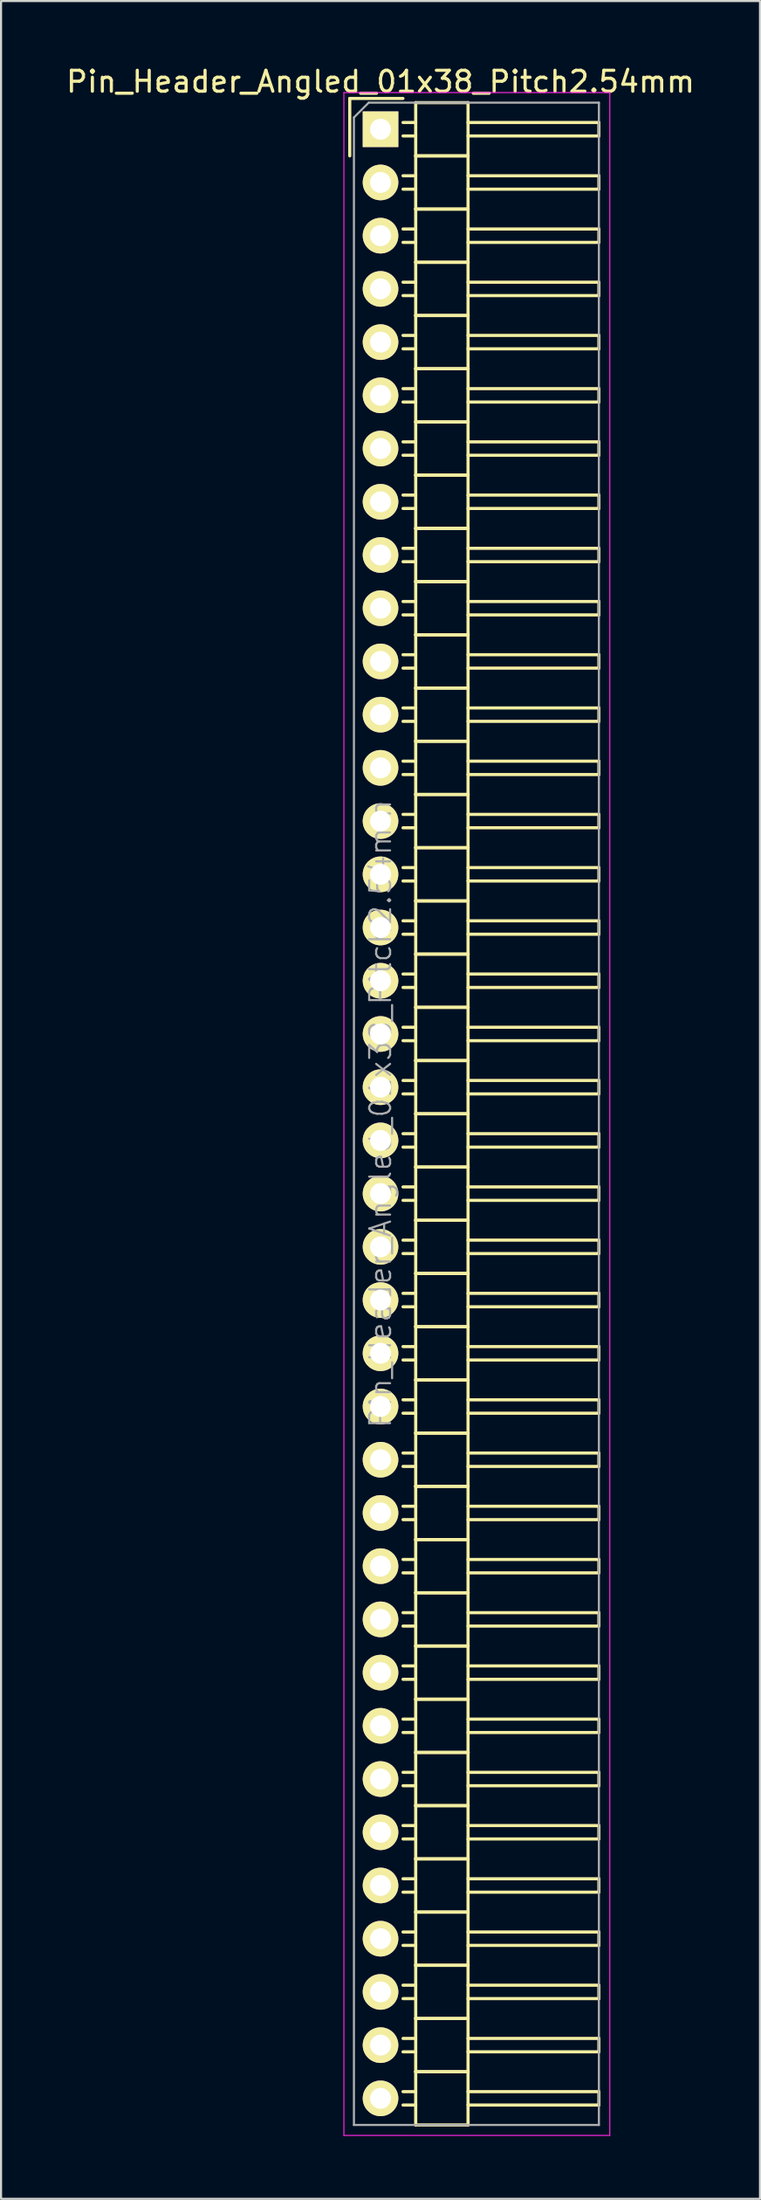
<source format=kicad_pcb>
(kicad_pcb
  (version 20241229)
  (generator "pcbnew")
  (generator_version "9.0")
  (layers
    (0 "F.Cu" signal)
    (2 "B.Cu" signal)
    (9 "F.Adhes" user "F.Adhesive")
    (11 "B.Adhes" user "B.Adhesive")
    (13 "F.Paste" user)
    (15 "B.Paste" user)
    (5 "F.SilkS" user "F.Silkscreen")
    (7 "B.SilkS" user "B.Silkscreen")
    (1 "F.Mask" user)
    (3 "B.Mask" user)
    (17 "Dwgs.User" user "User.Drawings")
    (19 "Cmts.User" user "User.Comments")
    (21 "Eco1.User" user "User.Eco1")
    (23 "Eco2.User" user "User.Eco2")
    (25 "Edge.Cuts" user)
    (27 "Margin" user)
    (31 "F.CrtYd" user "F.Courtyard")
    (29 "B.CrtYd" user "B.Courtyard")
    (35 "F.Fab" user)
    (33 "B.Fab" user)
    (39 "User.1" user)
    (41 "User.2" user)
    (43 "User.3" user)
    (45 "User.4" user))
  (footprint "Pin_Header_Angled_01x38_Pitch2.54mm"
    (layer "F.Cu")
    (at 15.125 3.118)
    (property "Reference" "Pin_Header_Angled_01x38_Pitch2.54mm" (at 0 -2.27 0) (layer "F.SilkS") (effects (font (size 1 1) (thickness 0.15))))
    (attr smd)
    (fp_line (start -1.47 -1.47) (end -1.47 1.27) (stroke (width 0.15) (type solid)) (layer "F.SilkS"))
    (fp_line (start -1.47 -1.47) (end 1.07 -1.47) (stroke (width 0.15) (type solid)) (layer "F.SilkS"))
    (fp_line (start 1.68 -0.32) (end 1.075 -0.32) (stroke (width 0.15) (type solid)) (layer "F.SilkS"))
    (fp_line (start 1.68 0.32) (end 1.075 0.32) (stroke (width 0.15) (type solid)) (layer "F.SilkS"))
    (fp_line (start 1.68 1.27) (end 1.68 -1.27) (stroke (width 0.15) (type solid)) (layer "F.SilkS"))
    (fp_line (start 1.68 2.22) (end 1.075 2.22) (stroke (width 0.15) (type solid)) (layer "F.SilkS"))
    (fp_line (start 1.68 2.86) (end 1.075 2.86) (stroke (width 0.15) (type solid)) (layer "F.SilkS"))
    (fp_line (start 1.68 3.81) (end 1.68 1.27) (stroke (width 0.15) (type solid)) (layer "F.SilkS"))
    (fp_line (start 1.68 4.76) (end 1.075 4.76) (stroke (width 0.15) (type solid)) (layer "F.SilkS"))
    (fp_line (start 1.68 5.4) (end 1.075 5.4) (stroke (width 0.15) (type solid)) (layer "F.SilkS"))
    (fp_line (start 1.68 6.35) (end 1.68 3.81) (stroke (width 0.15) (type solid)) (layer "F.SilkS"))
    (fp_line (start 1.68 7.3) (end 1.075 7.3) (stroke (width 0.15) (type solid)) (layer "F.SilkS"))
    (fp_line (start 1.68 7.94) (end 1.075 7.94) (stroke (width 0.15) (type solid)) (layer "F.SilkS"))
    (fp_line (start 1.68 8.89) (end 1.68 6.35) (stroke (width 0.15) (type solid)) (layer "F.SilkS"))
    (fp_line (start 1.68 9.84) (end 1.075 9.84) (stroke (width 0.15) (type solid)) (layer "F.SilkS"))
    (fp_line (start 1.68 10.48) (end 1.075 10.48) (stroke (width 0.15) (type solid)) (layer "F.SilkS"))
    (fp_line (start 1.68 11.43) (end 1.68 8.89) (stroke (width 0.15) (type solid)) (layer "F.SilkS"))
    (fp_line (start 1.68 12.38) (end 1.075 12.38) (stroke (width 0.15) (type solid)) (layer "F.SilkS"))
    (fp_line (start 1.68 13.02) (end 1.075 13.02) (stroke (width 0.15) (type solid)) (layer "F.SilkS"))
    (fp_line (start 1.68 13.97) (end 1.68 11.43) (stroke (width 0.15) (type solid)) (layer "F.SilkS"))
    (fp_line (start 1.68 14.92) (end 1.075 14.92) (stroke (width 0.15) (type solid)) (layer "F.SilkS"))
    (fp_line (start 1.68 15.56) (end 1.075 15.56) (stroke (width 0.15) (type solid)) (layer "F.SilkS"))
    (fp_line (start 1.68 16.51) (end 1.68 13.97) (stroke (width 0.15) (type solid)) (layer "F.SilkS"))
    (fp_line (start 1.68 17.46) (end 1.075 17.46) (stroke (width 0.15) (type solid)) (layer "F.SilkS"))
    (fp_line (start 1.68 18.1) (end 1.075 18.1) (stroke (width 0.15) (type solid)) (layer "F.SilkS"))
    (fp_line (start 1.68 19.05) (end 1.68 16.51) (stroke (width 0.15) (type solid)) (layer "F.SilkS"))
    (fp_line (start 1.68 20) (end 1.075 20) (stroke (width 0.15) (type solid)) (layer "F.SilkS"))
    (fp_line (start 1.68 20.64) (end 1.075 20.64) (stroke (width 0.15) (type solid)) (layer "F.SilkS"))
    (fp_line (start 1.68 21.59) (end 1.68 19.05) (stroke (width 0.15) (type solid)) (layer "F.SilkS"))
    (fp_line (start 1.68 22.54) (end 1.075 22.54) (stroke (width 0.15) (type solid)) (layer "F.SilkS"))
    (fp_line (start 1.68 23.18) (end 1.075 23.18) (stroke (width 0.15) (type solid)) (layer "F.SilkS"))
    (fp_line (start 1.68 24.13) (end 1.68 21.59) (stroke (width 0.15) (type solid)) (layer "F.SilkS"))
    (fp_line (start 1.68 25.08) (end 1.075 25.08) (stroke (width 0.15) (type solid)) (layer "F.SilkS"))
    (fp_line (start 1.68 25.72) (end 1.075 25.72) (stroke (width 0.15) (type solid)) (layer "F.SilkS"))
    (fp_line (start 1.68 26.67) (end 1.68 24.13) (stroke (width 0.15) (type solid)) (layer "F.SilkS"))
    (fp_line (start 1.68 27.62) (end 1.075 27.62) (stroke (width 0.15) (type solid)) (layer "F.SilkS"))
    (fp_line (start 1.68 28.26) (end 1.075 28.26) (stroke (width 0.15) (type solid)) (layer "F.SilkS"))
    (fp_line (start 1.68 29.21) (end 1.68 26.67) (stroke (width 0.15) (type solid)) (layer "F.SilkS"))
    (fp_line (start 1.68 30.16) (end 1.075 30.16) (stroke (width 0.15) (type solid)) (layer "F.SilkS"))
    (fp_line (start 1.68 30.8) (end 1.075 30.8) (stroke (width 0.15) (type solid)) (layer "F.SilkS"))
    (fp_line (start 1.68 31.75) (end 1.68 29.21) (stroke (width 0.15) (type solid)) (layer "F.SilkS"))
    (fp_line (start 1.68 32.7) (end 1.075 32.7) (stroke (width 0.15) (type solid)) (layer "F.SilkS"))
    (fp_line (start 1.68 33.34) (end 1.075 33.34) (stroke (width 0.15) (type solid)) (layer "F.SilkS"))
    (fp_line (start 1.68 34.29) (end 1.68 31.75) (stroke (width 0.15) (type solid)) (layer "F.SilkS"))
    (fp_line (start 1.68 35.24) (end 1.075 35.24) (stroke (width 0.15) (type solid)) (layer "F.SilkS"))
    (fp_line (start 1.68 35.88) (end 1.075 35.88) (stroke (width 0.15) (type solid)) (layer "F.SilkS"))
    (fp_line (start 1.68 36.83) (end 1.68 34.29) (stroke (width 0.15) (type solid)) (layer "F.SilkS"))
    (fp_line (start 1.68 37.78) (end 1.075 37.78) (stroke (width 0.15) (type solid)) (layer "F.SilkS"))
    (fp_line (start 1.68 38.42) (end 1.075 38.42) (stroke (width 0.15) (type solid)) (layer "F.SilkS"))
    (fp_line (start 1.68 39.37) (end 1.68 36.83) (stroke (width 0.15) (type solid)) (layer "F.SilkS"))
    (fp_line (start 1.68 40.32) (end 1.075 40.32) (stroke (width 0.15) (type solid)) (layer "F.SilkS"))
    (fp_line (start 1.68 40.96) (end 1.075 40.96) (stroke (width 0.15) (type solid)) (layer "F.SilkS"))
    (fp_line (start 1.68 41.91) (end 1.68 39.37) (stroke (width 0.15) (type solid)) (layer "F.SilkS"))
    (fp_line (start 1.68 42.86) (end 1.075 42.86) (stroke (width 0.15) (type solid)) (layer "F.SilkS"))
    (fp_line (start 1.68 43.5) (end 1.075 43.5) (stroke (width 0.15) (type solid)) (layer "F.SilkS"))
    (fp_line (start 1.68 44.45) (end 1.68 41.91) (stroke (width 0.15) (type solid)) (layer "F.SilkS"))
    (fp_line (start 1.68 45.4) (end 1.075 45.4) (stroke (width 0.15) (type solid)) (layer "F.SilkS"))
    (fp_line (start 1.68 46.04) (end 1.075 46.04) (stroke (width 0.15) (type solid)) (layer "F.SilkS"))
    (fp_line (start 1.68 46.99) (end 1.68 44.45) (stroke (width 0.15) (type solid)) (layer "F.SilkS"))
    (fp_line (start 1.68 47.94) (end 1.075 47.94) (stroke (width 0.15) (type solid)) (layer "F.SilkS"))
    (fp_line (start 1.68 48.58) (end 1.075 48.58) (stroke (width 0.15) (type solid)) (layer "F.SilkS"))
    (fp_line (start 1.68 49.53) (end 1.68 46.99) (stroke (width 0.15) (type solid)) (layer "F.SilkS"))
    (fp_line (start 1.68 50.48) (end 1.075 50.48) (stroke (width 0.15) (type solid)) (layer "F.SilkS"))
    (fp_line (start 1.68 51.12) (end 1.075 51.12) (stroke (width 0.15) (type solid)) (layer "F.SilkS"))
    (fp_line (start 1.68 52.07) (end 1.68 49.53) (stroke (width 0.15) (type solid)) (layer "F.SilkS"))
    (fp_line (start 1.68 53.02) (end 1.075 53.02) (stroke (width 0.15) (type solid)) (layer "F.SilkS"))
    (fp_line (start 1.68 53.66) (end 1.075 53.66) (stroke (width 0.15) (type solid)) (layer "F.SilkS"))
    (fp_line (start 1.68 54.61) (end 1.68 52.07) (stroke (width 0.15) (type solid)) (layer "F.SilkS"))
    (fp_line (start 1.68 55.56) (end 1.075 55.56) (stroke (width 0.15) (type solid)) (layer "F.SilkS"))
    (fp_line (start 1.68 56.2) (end 1.075 56.2) (stroke (width 0.15) (type solid)) (layer "F.SilkS"))
    (fp_line (start 1.68 57.15) (end 1.68 54.61) (stroke (width 0.15) (type solid)) (layer "F.SilkS"))
    (fp_line (start 1.68 58.1) (end 1.075 58.1) (stroke (width 0.15) (type solid)) (layer "F.SilkS"))
    (fp_line (start 1.68 58.74) (end 1.075 58.74) (stroke (width 0.15) (type solid)) (layer "F.SilkS"))
    (fp_line (start 1.68 59.69) (end 1.68 57.15) (stroke (width 0.15) (type solid)) (layer "F.SilkS"))
    (fp_line (start 1.68 60.64) (end 1.075 60.64) (stroke (width 0.15) (type solid)) (layer "F.SilkS"))
    (fp_line (start 1.68 61.28) (end 1.075 61.28) (stroke (width 0.15) (type solid)) (layer "F.SilkS"))
    (fp_line (start 1.68 62.23) (end 1.68 59.69) (stroke (width 0.15) (type solid)) (layer "F.SilkS"))
    (fp_line (start 1.68 63.18) (end 1.075 63.18) (stroke (width 0.15) (type solid)) (layer "F.SilkS"))
    (fp_line (start 1.68 63.82) (end 1.075 63.82) (stroke (width 0.15) (type solid)) (layer "F.SilkS"))
    (fp_line (start 1.68 64.77) (end 1.68 62.23) (stroke (width 0.15) (type solid)) (layer "F.SilkS"))
    (fp_line (start 1.68 65.72) (end 1.075 65.72) (stroke (width 0.15) (type solid)) (layer "F.SilkS"))
    (fp_line (start 1.68 66.36) (end 1.075 66.36) (stroke (width 0.15) (type solid)) (layer "F.SilkS"))
    (fp_line (start 1.68 67.31) (end 1.68 64.77) (stroke (width 0.15) (type solid)) (layer "F.SilkS"))
    (fp_line (start 1.68 68.26) (end 1.075 68.26) (stroke (width 0.15) (type solid)) (layer "F.SilkS"))
    (fp_line (start 1.68 68.9) (end 1.075 68.9) (stroke (width 0.15) (type solid)) (layer "F.SilkS"))
    (fp_line (start 1.68 69.85) (end 1.68 67.31) (stroke (width 0.15) (type solid)) (layer "F.SilkS"))
    (fp_line (start 1.68 70.8) (end 1.075 70.8) (stroke (width 0.15) (type solid)) (layer "F.SilkS"))
    (fp_line (start 1.68 71.44) (end 1.075 71.44) (stroke (width 0.15) (type solid)) (layer "F.SilkS"))
    (fp_line (start 1.68 72.39) (end 1.68 69.85) (stroke (width 0.15) (type solid)) (layer "F.SilkS"))
    (fp_line (start 1.68 73.34) (end 1.075 73.34) (stroke (width 0.15) (type solid)) (layer "F.SilkS"))
    (fp_line (start 1.68 73.98) (end 1.075 73.98) (stroke (width 0.15) (type solid)) (layer "F.SilkS"))
    (fp_line (start 1.68 74.93) (end 1.68 72.39) (stroke (width 0.15) (type solid)) (layer "F.SilkS"))
    (fp_line (start 1.68 75.88) (end 1.075 75.88) (stroke (width 0.15) (type solid)) (layer "F.SilkS"))
    (fp_line (start 1.68 76.52) (end 1.075 76.52) (stroke (width 0.15) (type solid)) (layer "F.SilkS"))
    (fp_line (start 1.68 77.47) (end 1.68 74.93) (stroke (width 0.15) (type solid)) (layer "F.SilkS"))
    (fp_line (start 1.68 78.42) (end 1.075 78.42) (stroke (width 0.15) (type solid)) (layer "F.SilkS"))
    (fp_line (start 1.68 79.06) (end 1.075 79.06) (stroke (width 0.15) (type solid)) (layer "F.SilkS"))
    (fp_line (start 1.68 80.01) (end 1.68 77.47) (stroke (width 0.15) (type solid)) (layer "F.SilkS"))
    (fp_line (start 1.68 80.96) (end 1.075 80.96) (stroke (width 0.15) (type solid)) (layer "F.SilkS"))
    (fp_line (start 1.68 81.6) (end 1.075 81.6) (stroke (width 0.15) (type solid)) (layer "F.SilkS"))
    (fp_line (start 1.68 82.55) (end 1.68 80.01) (stroke (width 0.15) (type solid)) (layer "F.SilkS"))
    (fp_line (start 1.68 83.5) (end 1.075 83.5) (stroke (width 0.15) (type solid)) (layer "F.SilkS"))
    (fp_line (start 1.68 84.14) (end 1.075 84.14) (stroke (width 0.15) (type solid)) (layer "F.SilkS"))
    (fp_line (start 1.68 85.09) (end 1.68 82.55) (stroke (width 0.15) (type solid)) (layer "F.SilkS"))
    (fp_line (start 1.68 86.04) (end 1.075 86.04) (stroke (width 0.15) (type solid)) (layer "F.SilkS"))
    (fp_line (start 1.68 86.68) (end 1.075 86.68) (stroke (width 0.15) (type solid)) (layer "F.SilkS"))
    (fp_line (start 1.68 87.63) (end 1.68 85.09) (stroke (width 0.15) (type solid)) (layer "F.SilkS"))
    (fp_line (start 1.68 88.58) (end 1.075 88.58) (stroke (width 0.15) (type solid)) (layer "F.SilkS"))
    (fp_line (start 1.68 89.22) (end 1.075 89.22) (stroke (width 0.15) (type solid)) (layer "F.SilkS"))
    (fp_line (start 1.68 90.17) (end 1.68 87.63) (stroke (width 0.15) (type solid)) (layer "F.SilkS"))
    (fp_line (start 1.68 91.12) (end 1.075 91.12) (stroke (width 0.15) (type solid)) (layer "F.SilkS"))
    (fp_line (start 1.68 91.76) (end 1.075 91.76) (stroke (width 0.15) (type solid)) (layer "F.SilkS"))
    (fp_line (start 1.68 92.71) (end 1.68 90.17) (stroke (width 0.15) (type solid)) (layer "F.SilkS"))
    (fp_line (start 1.68 93.66) (end 1.075 93.66) (stroke (width 0.15) (type solid)) (layer "F.SilkS"))
    (fp_line (start 1.68 94.3) (end 1.075 94.3) (stroke (width 0.15) (type solid)) (layer "F.SilkS"))
    (fp_line (start 1.68 95.25) (end 1.68 92.71) (stroke (width 0.15) (type solid)) (layer "F.SilkS"))
    (fp_line (start 4.18 -1.27) (end 1.68 -1.27) (stroke (width 0.15) (type solid)) (layer "F.SilkS"))
    (fp_line (start 4.18 -0.32) (end 10.43 -0.32) (stroke (width 0.15) (type solid)) (layer "F.SilkS"))
    (fp_line (start 4.18 0.32) (end 10.43 0.32) (stroke (width 0.15) (type solid)) (layer "F.SilkS"))
    (fp_line (start 4.18 1.27) (end 1.68 1.27) (stroke (width 0.15) (type solid)) (layer "F.SilkS"))
    (fp_line (start 4.18 1.27) (end 1.68 1.27) (stroke (width 0.15) (type solid)) (layer "F.SilkS"))
    (fp_line (start 4.18 1.27) (end 4.18 -1.27) (stroke (width 0.15) (type solid)) (layer "F.SilkS"))
    (fp_line (start 4.18 2.22) (end 10.43 2.22) (stroke (width 0.15) (type solid)) (layer "F.SilkS"))
    (fp_line (start 4.18 2.86) (end 10.43 2.86) (stroke (width 0.15) (type solid)) (layer "F.SilkS"))
    (fp_line (start 4.18 3.81) (end 1.68 3.81) (stroke (width 0.15) (type solid)) (layer "F.SilkS"))
    (fp_line (start 4.18 3.81) (end 1.68 3.81) (stroke (width 0.15) (type solid)) (layer "F.SilkS"))
    (fp_line (start 4.18 3.81) (end 4.18 1.27) (stroke (width 0.15) (type solid)) (layer "F.SilkS"))
    (fp_line (start 4.18 4.76) (end 10.43 4.76) (stroke (width 0.15) (type solid)) (layer "F.SilkS"))
    (fp_line (start 4.18 5.4) (end 10.43 5.4) (stroke (width 0.15) (type solid)) (layer "F.SilkS"))
    (fp_line (start 4.18 6.35) (end 1.68 6.35) (stroke (width 0.15) (type solid)) (layer "F.SilkS"))
    (fp_line (start 4.18 6.35) (end 1.68 6.35) (stroke (width 0.15) (type solid)) (layer "F.SilkS"))
    (fp_line (start 4.18 6.35) (end 4.18 3.81) (stroke (width 0.15) (type solid)) (layer "F.SilkS"))
    (fp_line (start 4.18 7.3) (end 10.43 7.3) (stroke (width 0.15) (type solid)) (layer "F.SilkS"))
    (fp_line (start 4.18 7.94) (end 10.43 7.94) (stroke (width 0.15) (type solid)) (layer "F.SilkS"))
    (fp_line (start 4.18 8.89) (end 1.68 8.89) (stroke (width 0.15) (type solid)) (layer "F.SilkS"))
    (fp_line (start 4.18 8.89) (end 1.68 8.89) (stroke (width 0.15) (type solid)) (layer "F.SilkS"))
    (fp_line (start 4.18 8.89) (end 4.18 6.35) (stroke (width 0.15) (type solid)) (layer "F.SilkS"))
    (fp_line (start 4.18 9.84) (end 10.43 9.84) (stroke (width 0.15) (type solid)) (layer "F.SilkS"))
    (fp_line (start 4.18 10.48) (end 10.43 10.48) (stroke (width 0.15) (type solid)) (layer "F.SilkS"))
    (fp_line (start 4.18 11.43) (end 1.68 11.43) (stroke (width 0.15) (type solid)) (layer "F.SilkS"))
    (fp_line (start 4.18 11.43) (end 1.68 11.43) (stroke (width 0.15) (type solid)) (layer "F.SilkS"))
    (fp_line (start 4.18 11.43) (end 4.18 8.89) (stroke (width 0.15) (type solid)) (layer "F.SilkS"))
    (fp_line (start 4.18 12.38) (end 10.43 12.38) (stroke (width 0.15) (type solid)) (layer "F.SilkS"))
    (fp_line (start 4.18 13.02) (end 10.43 13.02) (stroke (width 0.15) (type solid)) (layer "F.SilkS"))
    (fp_line (start 4.18 13.97) (end 1.68 13.97) (stroke (width 0.15) (type solid)) (layer "F.SilkS"))
    (fp_line (start 4.18 13.97) (end 1.68 13.97) (stroke (width 0.15) (type solid)) (layer "F.SilkS"))
    (fp_line (start 4.18 13.97) (end 4.18 11.43) (stroke (width 0.15) (type solid)) (layer "F.SilkS"))
    (fp_line (start 4.18 14.92) (end 10.43 14.92) (stroke (width 0.15) (type solid)) (layer "F.SilkS"))
    (fp_line (start 4.18 15.56) (end 10.43 15.56) (stroke (width 0.15) (type solid)) (layer "F.SilkS"))
    (fp_line (start 4.18 16.51) (end 1.68 16.51) (stroke (width 0.15) (type solid)) (layer "F.SilkS"))
    (fp_line (start 4.18 16.51) (end 1.68 16.51) (stroke (width 0.15) (type solid)) (layer "F.SilkS"))
    (fp_line (start 4.18 16.51) (end 4.18 13.97) (stroke (width 0.15) (type solid)) (layer "F.SilkS"))
    (fp_line (start 4.18 17.46) (end 10.43 17.46) (stroke (width 0.15) (type solid)) (layer "F.SilkS"))
    (fp_line (start 4.18 18.1) (end 10.43 18.1) (stroke (width 0.15) (type solid)) (layer "F.SilkS"))
    (fp_line (start 4.18 19.05) (end 1.68 19.05) (stroke (width 0.15) (type solid)) (layer "F.SilkS"))
    (fp_line (start 4.18 19.05) (end 1.68 19.05) (stroke (width 0.15) (type solid)) (layer "F.SilkS"))
    (fp_line (start 4.18 19.05) (end 4.18 16.51) (stroke (width 0.15) (type solid)) (layer "F.SilkS"))
    (fp_line (start 4.18 20) (end 10.43 20) (stroke (width 0.15) (type solid)) (layer "F.SilkS"))
    (fp_line (start 4.18 20.64) (end 10.43 20.64) (stroke (width 0.15) (type solid)) (layer "F.SilkS"))
    (fp_line (start 4.18 21.59) (end 1.68 21.59) (stroke (width 0.15) (type solid)) (layer "F.SilkS"))
    (fp_line (start 4.18 21.59) (end 1.68 21.59) (stroke (width 0.15) (type solid)) (layer "F.SilkS"))
    (fp_line (start 4.18 21.59) (end 4.18 19.05) (stroke (width 0.15) (type solid)) (layer "F.SilkS"))
    (fp_line (start 4.18 22.54) (end 10.43 22.54) (stroke (width 0.15) (type solid)) (layer "F.SilkS"))
    (fp_line (start 4.18 23.18) (end 10.43 23.18) (stroke (width 0.15) (type solid)) (layer "F.SilkS"))
    (fp_line (start 4.18 24.13) (end 1.68 24.13) (stroke (width 0.15) (type solid)) (layer "F.SilkS"))
    (fp_line (start 4.18 24.13) (end 1.68 24.13) (stroke (width 0.15) (type solid)) (layer "F.SilkS"))
    (fp_line (start 4.18 24.13) (end 4.18 21.59) (stroke (width 0.15) (type solid)) (layer "F.SilkS"))
    (fp_line (start 4.18 25.08) (end 10.43 25.08) (stroke (width 0.15) (type solid)) (layer "F.SilkS"))
    (fp_line (start 4.18 25.72) (end 10.43 25.72) (stroke (width 0.15) (type solid)) (layer "F.SilkS"))
    (fp_line (start 4.18 26.67) (end 1.68 26.67) (stroke (width 0.15) (type solid)) (layer "F.SilkS"))
    (fp_line (start 4.18 26.67) (end 1.68 26.67) (stroke (width 0.15) (type solid)) (layer "F.SilkS"))
    (fp_line (start 4.18 26.67) (end 4.18 24.13) (stroke (width 0.15) (type solid)) (layer "F.SilkS"))
    (fp_line (start 4.18 27.62) (end 10.43 27.62) (stroke (width 0.15) (type solid)) (layer "F.SilkS"))
    (fp_line (start 4.18 28.26) (end 10.43 28.26) (stroke (width 0.15) (type solid)) (layer "F.SilkS"))
    (fp_line (start 4.18 29.21) (end 1.68 29.21) (stroke (width 0.15) (type solid)) (layer "F.SilkS"))
    (fp_line (start 4.18 29.21) (end 1.68 29.21) (stroke (width 0.15) (type solid)) (layer "F.SilkS"))
    (fp_line (start 4.18 29.21) (end 4.18 26.67) (stroke (width 0.15) (type solid)) (layer "F.SilkS"))
    (fp_line (start 4.18 30.16) (end 10.43 30.16) (stroke (width 0.15) (type solid)) (layer "F.SilkS"))
    (fp_line (start 4.18 30.8) (end 10.43 30.8) (stroke (width 0.15) (type solid)) (layer "F.SilkS"))
    (fp_line (start 4.18 31.75) (end 1.68 31.75) (stroke (width 0.15) (type solid)) (layer "F.SilkS"))
    (fp_line (start 4.18 31.75) (end 1.68 31.75) (stroke (width 0.15) (type solid)) (layer "F.SilkS"))
    (fp_line (start 4.18 31.75) (end 4.18 29.21) (stroke (width 0.15) (type solid)) (layer "F.SilkS"))
    (fp_line (start 4.18 32.7) (end 10.43 32.7) (stroke (width 0.15) (type solid)) (layer "F.SilkS"))
    (fp_line (start 4.18 33.34) (end 10.43 33.34) (stroke (width 0.15) (type solid)) (layer "F.SilkS"))
    (fp_line (start 4.18 34.29) (end 1.68 34.29) (stroke (width 0.15) (type solid)) (layer "F.SilkS"))
    (fp_line (start 4.18 34.29) (end 1.68 34.29) (stroke (width 0.15) (type solid)) (layer "F.SilkS"))
    (fp_line (start 4.18 34.29) (end 4.18 31.75) (stroke (width 0.15) (type solid)) (layer "F.SilkS"))
    (fp_line (start 4.18 35.24) (end 10.43 35.24) (stroke (width 0.15) (type solid)) (layer "F.SilkS"))
    (fp_line (start 4.18 35.88) (end 10.43 35.88) (stroke (width 0.15) (type solid)) (layer "F.SilkS"))
    (fp_line (start 4.18 36.83) (end 1.68 36.83) (stroke (width 0.15) (type solid)) (layer "F.SilkS"))
    (fp_line (start 4.18 36.83) (end 1.68 36.83) (stroke (width 0.15) (type solid)) (layer "F.SilkS"))
    (fp_line (start 4.18 36.83) (end 4.18 34.29) (stroke (width 0.15) (type solid)) (layer "F.SilkS"))
    (fp_line (start 4.18 37.78) (end 10.43 37.78) (stroke (width 0.15) (type solid)) (layer "F.SilkS"))
    (fp_line (start 4.18 38.42) (end 10.43 38.42) (stroke (width 0.15) (type solid)) (layer "F.SilkS"))
    (fp_line (start 4.18 39.37) (end 1.68 39.37) (stroke (width 0.15) (type solid)) (layer "F.SilkS"))
    (fp_line (start 4.18 39.37) (end 1.68 39.37) (stroke (width 0.15) (type solid)) (layer "F.SilkS"))
    (fp_line (start 4.18 39.37) (end 4.18 36.83) (stroke (width 0.15) (type solid)) (layer "F.SilkS"))
    (fp_line (start 4.18 40.32) (end 10.43 40.32) (stroke (width 0.15) (type solid)) (layer "F.SilkS"))
    (fp_line (start 4.18 40.96) (end 10.43 40.96) (stroke (width 0.15) (type solid)) (layer "F.SilkS"))
    (fp_line (start 4.18 41.91) (end 1.68 41.91) (stroke (width 0.15) (type solid)) (layer "F.SilkS"))
    (fp_line (start 4.18 41.91) (end 1.68 41.91) (stroke (width 0.15) (type solid)) (layer "F.SilkS"))
    (fp_line (start 4.18 41.91) (end 4.18 39.37) (stroke (width 0.15) (type solid)) (layer "F.SilkS"))
    (fp_line (start 4.18 42.86) (end 10.43 42.86) (stroke (width 0.15) (type solid)) (layer "F.SilkS"))
    (fp_line (start 4.18 43.5) (end 10.43 43.5) (stroke (width 0.15) (type solid)) (layer "F.SilkS"))
    (fp_line (start 4.18 44.45) (end 1.68 44.45) (stroke (width 0.15) (type solid)) (layer "F.SilkS"))
    (fp_line (start 4.18 44.45) (end 1.68 44.45) (stroke (width 0.15) (type solid)) (layer "F.SilkS"))
    (fp_line (start 4.18 44.45) (end 4.18 41.91) (stroke (width 0.15) (type solid)) (layer "F.SilkS"))
    (fp_line (start 4.18 45.4) (end 10.43 45.4) (stroke (width 0.15) (type solid)) (layer "F.SilkS"))
    (fp_line (start 4.18 46.04) (end 10.43 46.04) (stroke (width 0.15) (type solid)) (layer "F.SilkS"))
    (fp_line (start 4.18 46.99) (end 1.68 46.99) (stroke (width 0.15) (type solid)) (layer "F.SilkS"))
    (fp_line (start 4.18 46.99) (end 1.68 46.99) (stroke (width 0.15) (type solid)) (layer "F.SilkS"))
    (fp_line (start 4.18 46.99) (end 4.18 44.45) (stroke (width 0.15) (type solid)) (layer "F.SilkS"))
    (fp_line (start 4.18 47.94) (end 10.43 47.94) (stroke (width 0.15) (type solid)) (layer "F.SilkS"))
    (fp_line (start 4.18 48.58) (end 10.43 48.58) (stroke (width 0.15) (type solid)) (layer "F.SilkS"))
    (fp_line (start 4.18 49.53) (end 1.68 49.53) (stroke (width 0.15) (type solid)) (layer "F.SilkS"))
    (fp_line (start 4.18 49.53) (end 1.68 49.53) (stroke (width 0.15) (type solid)) (layer "F.SilkS"))
    (fp_line (start 4.18 49.53) (end 4.18 46.99) (stroke (width 0.15) (type solid)) (layer "F.SilkS"))
    (fp_line (start 4.18 50.48) (end 10.43 50.48) (stroke (width 0.15) (type solid)) (layer "F.SilkS"))
    (fp_line (start 4.18 51.12) (end 10.43 51.12) (stroke (width 0.15) (type solid)) (layer "F.SilkS"))
    (fp_line (start 4.18 52.07) (end 1.68 52.07) (stroke (width 0.15) (type solid)) (layer "F.SilkS"))
    (fp_line (start 4.18 52.07) (end 1.68 52.07) (stroke (width 0.15) (type solid)) (layer "F.SilkS"))
    (fp_line (start 4.18 52.07) (end 4.18 49.53) (stroke (width 0.15) (type solid)) (layer "F.SilkS"))
    (fp_line (start 4.18 53.02) (end 10.43 53.02) (stroke (width 0.15) (type solid)) (layer "F.SilkS"))
    (fp_line (start 4.18 53.66) (end 10.43 53.66) (stroke (width 0.15) (type solid)) (layer "F.SilkS"))
    (fp_line (start 4.18 54.61) (end 1.68 54.61) (stroke (width 0.15) (type solid)) (layer "F.SilkS"))
    (fp_line (start 4.18 54.61) (end 1.68 54.61) (stroke (width 0.15) (type solid)) (layer "F.SilkS"))
    (fp_line (start 4.18 54.61) (end 4.18 52.07) (stroke (width 0.15) (type solid)) (layer "F.SilkS"))
    (fp_line (start 4.18 55.56) (end 10.43 55.56) (stroke (width 0.15) (type solid)) (layer "F.SilkS"))
    (fp_line (start 4.18 56.2) (end 10.43 56.2) (stroke (width 0.15) (type solid)) (layer "F.SilkS"))
    (fp_line (start 4.18 57.15) (end 1.68 57.15) (stroke (width 0.15) (type solid)) (layer "F.SilkS"))
    (fp_line (start 4.18 57.15) (end 1.68 57.15) (stroke (width 0.15) (type solid)) (layer "F.SilkS"))
    (fp_line (start 4.18 57.15) (end 4.18 54.61) (stroke (width 0.15) (type solid)) (layer "F.SilkS"))
    (fp_line (start 4.18 58.1) (end 10.43 58.1) (stroke (width 0.15) (type solid)) (layer "F.SilkS"))
    (fp_line (start 4.18 58.74) (end 10.43 58.74) (stroke (width 0.15) (type solid)) (layer "F.SilkS"))
    (fp_line (start 4.18 59.69) (end 1.68 59.69) (stroke (width 0.15) (type solid)) (layer "F.SilkS"))
    (fp_line (start 4.18 59.69) (end 1.68 59.69) (stroke (width 0.15) (type solid)) (layer "F.SilkS"))
    (fp_line (start 4.18 59.69) (end 4.18 57.15) (stroke (width 0.15) (type solid)) (layer "F.SilkS"))
    (fp_line (start 4.18 60.64) (end 10.43 60.64) (stroke (width 0.15) (type solid)) (layer "F.SilkS"))
    (fp_line (start 4.18 61.28) (end 10.43 61.28) (stroke (width 0.15) (type solid)) (layer "F.SilkS"))
    (fp_line (start 4.18 62.23) (end 1.68 62.23) (stroke (width 0.15) (type solid)) (layer "F.SilkS"))
    (fp_line (start 4.18 62.23) (end 1.68 62.23) (stroke (width 0.15) (type solid)) (layer "F.SilkS"))
    (fp_line (start 4.18 62.23) (end 4.18 59.69) (stroke (width 0.15) (type solid)) (layer "F.SilkS"))
    (fp_line (start 4.18 63.18) (end 10.43 63.18) (stroke (width 0.15) (type solid)) (layer "F.SilkS"))
    (fp_line (start 4.18 63.82) (end 10.43 63.82) (stroke (width 0.15) (type solid)) (layer "F.SilkS"))
    (fp_line (start 4.18 64.77) (end 1.68 64.77) (stroke (width 0.15) (type solid)) (layer "F.SilkS"))
    (fp_line (start 4.18 64.77) (end 1.68 64.77) (stroke (width 0.15) (type solid)) (layer "F.SilkS"))
    (fp_line (start 4.18 64.77) (end 4.18 62.23) (stroke (width 0.15) (type solid)) (layer "F.SilkS"))
    (fp_line (start 4.18 65.72) (end 10.43 65.72) (stroke (width 0.15) (type solid)) (layer "F.SilkS"))
    (fp_line (start 4.18 66.36) (end 10.43 66.36) (stroke (width 0.15) (type solid)) (layer "F.SilkS"))
    (fp_line (start 4.18 67.31) (end 1.68 67.31) (stroke (width 0.15) (type solid)) (layer "F.SilkS"))
    (fp_line (start 4.18 67.31) (end 1.68 67.31) (stroke (width 0.15) (type solid)) (layer "F.SilkS"))
    (fp_line (start 4.18 67.31) (end 4.18 64.77) (stroke (width 0.15) (type solid)) (layer "F.SilkS"))
    (fp_line (start 4.18 68.26) (end 10.43 68.26) (stroke (width 0.15) (type solid)) (layer "F.SilkS"))
    (fp_line (start 4.18 68.9) (end 10.43 68.9) (stroke (width 0.15) (type solid)) (layer "F.SilkS"))
    (fp_line (start 4.18 69.85) (end 1.68 69.85) (stroke (width 0.15) (type solid)) (layer "F.SilkS"))
    (fp_line (start 4.18 69.85) (end 1.68 69.85) (stroke (width 0.15) (type solid)) (layer "F.SilkS"))
    (fp_line (start 4.18 69.85) (end 4.18 67.31) (stroke (width 0.15) (type solid)) (layer "F.SilkS"))
    (fp_line (start 4.18 70.8) (end 10.43 70.8) (stroke (width 0.15) (type solid)) (layer "F.SilkS"))
    (fp_line (start 4.18 71.44) (end 10.43 71.44) (stroke (width 0.15) (type solid)) (layer "F.SilkS"))
    (fp_line (start 4.18 72.39) (end 1.68 72.39) (stroke (width 0.15) (type solid)) (layer "F.SilkS"))
    (fp_line (start 4.18 72.39) (end 1.68 72.39) (stroke (width 0.15) (type solid)) (layer "F.SilkS"))
    (fp_line (start 4.18 72.39) (end 4.18 69.85) (stroke (width 0.15) (type solid)) (layer "F.SilkS"))
    (fp_line (start 4.18 73.34) (end 10.43 73.34) (stroke (width 0.15) (type solid)) (layer "F.SilkS"))
    (fp_line (start 4.18 73.98) (end 10.43 73.98) (stroke (width 0.15) (type solid)) (layer "F.SilkS"))
    (fp_line (start 4.18 74.93) (end 1.68 74.93) (stroke (width 0.15) (type solid)) (layer "F.SilkS"))
    (fp_line (start 4.18 74.93) (end 1.68 74.93) (stroke (width 0.15) (type solid)) (layer "F.SilkS"))
    (fp_line (start 4.18 74.93) (end 4.18 72.39) (stroke (width 0.15) (type solid)) (layer "F.SilkS"))
    (fp_line (start 4.18 75.88) (end 10.43 75.88) (stroke (width 0.15) (type solid)) (layer "F.SilkS"))
    (fp_line (start 4.18 76.52) (end 10.43 76.52) (stroke (width 0.15) (type solid)) (layer "F.SilkS"))
    (fp_line (start 4.18 77.47) (end 1.68 77.47) (stroke (width 0.15) (type solid)) (layer "F.SilkS"))
    (fp_line (start 4.18 77.47) (end 1.68 77.47) (stroke (width 0.15) (type solid)) (layer "F.SilkS"))
    (fp_line (start 4.18 77.47) (end 4.18 74.93) (stroke (width 0.15) (type solid)) (layer "F.SilkS"))
    (fp_line (start 4.18 78.42) (end 10.43 78.42) (stroke (width 0.15) (type solid)) (layer "F.SilkS"))
    (fp_line (start 4.18 79.06) (end 10.43 79.06) (stroke (width 0.15) (type solid)) (layer "F.SilkS"))
    (fp_line (start 4.18 80.01) (end 1.68 80.01) (stroke (width 0.15) (type solid)) (layer "F.SilkS"))
    (fp_line (start 4.18 80.01) (end 1.68 80.01) (stroke (width 0.15) (type solid)) (layer "F.SilkS"))
    (fp_line (start 4.18 80.01) (end 4.18 77.47) (stroke (width 0.15) (type solid)) (layer "F.SilkS"))
    (fp_line (start 4.18 80.96) (end 10.43 80.96) (stroke (width 0.15) (type solid)) (layer "F.SilkS"))
    (fp_line (start 4.18 81.6) (end 10.43 81.6) (stroke (width 0.15) (type solid)) (layer "F.SilkS"))
    (fp_line (start 4.18 82.55) (end 1.68 82.55) (stroke (width 0.15) (type solid)) (layer "F.SilkS"))
    (fp_line (start 4.18 82.55) (end 1.68 82.55) (stroke (width 0.15) (type solid)) (layer "F.SilkS"))
    (fp_line (start 4.18 82.55) (end 4.18 80.01) (stroke (width 0.15) (type solid)) (layer "F.SilkS"))
    (fp_line (start 4.18 83.5) (end 10.43 83.5) (stroke (width 0.15) (type solid)) (layer "F.SilkS"))
    (fp_line (start 4.18 84.14) (end 10.43 84.14) (stroke (width 0.15) (type solid)) (layer "F.SilkS"))
    (fp_line (start 4.18 85.09) (end 1.68 85.09) (stroke (width 0.15) (type solid)) (layer "F.SilkS"))
    (fp_line (start 4.18 85.09) (end 1.68 85.09) (stroke (width 0.15) (type solid)) (layer "F.SilkS"))
    (fp_line (start 4.18 85.09) (end 4.18 82.55) (stroke (width 0.15) (type solid)) (layer "F.SilkS"))
    (fp_line (start 4.18 86.04) (end 10.43 86.04) (stroke (width 0.15) (type solid)) (layer "F.SilkS"))
    (fp_line (start 4.18 86.68) (end 10.43 86.68) (stroke (width 0.15) (type solid)) (layer "F.SilkS"))
    (fp_line (start 4.18 87.63) (end 1.68 87.63) (stroke (width 0.15) (type solid)) (layer "F.SilkS"))
    (fp_line (start 4.18 87.63) (end 1.68 87.63) (stroke (width 0.15) (type solid)) (layer "F.SilkS"))
    (fp_line (start 4.18 87.63) (end 4.18 85.09) (stroke (width 0.15) (type solid)) (layer "F.SilkS"))
    (fp_line (start 4.18 88.58) (end 10.43 88.58) (stroke (width 0.15) (type solid)) (layer "F.SilkS"))
    (fp_line (start 4.18 89.22) (end 10.43 89.22) (stroke (width 0.15) (type solid)) (layer "F.SilkS"))
    (fp_line (start 4.18 90.17) (end 1.68 90.17) (stroke (width 0.15) (type solid)) (layer "F.SilkS"))
    (fp_line (start 4.18 90.17) (end 1.68 90.17) (stroke (width 0.15) (type solid)) (layer "F.SilkS"))
    (fp_line (start 4.18 90.17) (end 4.18 87.63) (stroke (width 0.15) (type solid)) (layer "F.SilkS"))
    (fp_line (start 4.18 91.12) (end 10.43 91.12) (stroke (width 0.15) (type solid)) (layer "F.SilkS"))
    (fp_line (start 4.18 91.76) (end 10.43 91.76) (stroke (width 0.15) (type solid)) (layer "F.SilkS"))
    (fp_line (start 4.18 92.71) (end 1.68 92.71) (stroke (width 0.15) (type solid)) (layer "F.SilkS"))
    (fp_line (start 4.18 92.71) (end 1.68 92.71) (stroke (width 0.15) (type solid)) (layer "F.SilkS"))
    (fp_line (start 4.18 92.71) (end 4.18 90.17) (stroke (width 0.15) (type solid)) (layer "F.SilkS"))
    (fp_line (start 4.18 93.66) (end 10.43 93.66) (stroke (width 0.15) (type solid)) (layer "F.SilkS"))
    (fp_line (start 4.18 94.3) (end 10.43 94.3) (stroke (width 0.15) (type solid)) (layer "F.SilkS"))
    (fp_line (start 4.18 95.25) (end 1.68 95.25) (stroke (width 0.15) (type solid)) (layer "F.SilkS"))
    (fp_line (start 4.18 95.25) (end 4.18 92.71) (stroke (width 0.15) (type solid)) (layer "F.SilkS"))
    (fp_line (start 10.43 0.32) (end 10.43 -0.32) (stroke (width 0.15) (type solid)) (layer "F.SilkS"))
    (fp_line (start 10.43 2.86) (end 10.43 2.22) (stroke (width 0.15) (type solid)) (layer "F.SilkS"))
    (fp_line (start 10.43 5.4) (end 10.43 4.76) (stroke (width 0.15) (type solid)) (layer "F.SilkS"))
    (fp_line (start 10.43 7.94) (end 10.43 7.3) (stroke (width 0.15) (type solid)) (layer "F.SilkS"))
    (fp_line (start 10.43 10.48) (end 10.43 9.84) (stroke (width 0.15) (type solid)) (layer "F.SilkS"))
    (fp_line (start 10.43 13.02) (end 10.43 12.38) (stroke (width 0.15) (type solid)) (layer "F.SilkS"))
    (fp_line (start 10.43 15.56) (end 10.43 14.92) (stroke (width 0.15) (type solid)) (layer "F.SilkS"))
    (fp_line (start 10.43 18.1) (end 10.43 17.46) (stroke (width 0.15) (type solid)) (layer "F.SilkS"))
    (fp_line (start 10.43 20.64) (end 10.43 20) (stroke (width 0.15) (type solid)) (layer "F.SilkS"))
    (fp_line (start 10.43 23.18) (end 10.43 22.54) (stroke (width 0.15) (type solid)) (layer "F.SilkS"))
    (fp_line (start 10.43 25.72) (end 10.43 25.08) (stroke (width 0.15) (type solid)) (layer "F.SilkS"))
    (fp_line (start 10.43 28.26) (end 10.43 27.62) (stroke (width 0.15) (type solid)) (layer "F.SilkS"))
    (fp_line (start 10.43 30.8) (end 10.43 30.16) (stroke (width 0.15) (type solid)) (layer "F.SilkS"))
    (fp_line (start 10.43 33.34) (end 10.43 32.7) (stroke (width 0.15) (type solid)) (layer "F.SilkS"))
    (fp_line (start 10.43 35.88) (end 10.43 35.24) (stroke (width 0.15) (type solid)) (layer "F.SilkS"))
    (fp_line (start 10.43 38.42) (end 10.43 37.78) (stroke (width 0.15) (type solid)) (layer "F.SilkS"))
    (fp_line (start 10.43 40.96) (end 10.43 40.32) (stroke (width 0.15) (type solid)) (layer "F.SilkS"))
    (fp_line (start 10.43 43.5) (end 10.43 42.86) (stroke (width 0.15) (type solid)) (layer "F.SilkS"))
    (fp_line (start 10.43 46.04) (end 10.43 45.4) (stroke (width 0.15) (type solid)) (layer "F.SilkS"))
    (fp_line (start 10.43 48.58) (end 10.43 47.94) (stroke (width 0.15) (type solid)) (layer "F.SilkS"))
    (fp_line (start 10.43 51.12) (end 10.43 50.48) (stroke (width 0.15) (type solid)) (layer "F.SilkS"))
    (fp_line (start 10.43 53.66) (end 10.43 53.02) (stroke (width 0.15) (type solid)) (layer "F.SilkS"))
    (fp_line (start 10.43 56.2) (end 10.43 55.56) (stroke (width 0.15) (type solid)) (layer "F.SilkS"))
    (fp_line (start 10.43 58.74) (end 10.43 58.1) (stroke (width 0.15) (type solid)) (layer "F.SilkS"))
    (fp_line (start 10.43 61.28) (end 10.43 60.64) (stroke (width 0.15) (type solid)) (layer "F.SilkS"))
    (fp_line (start 10.43 63.82) (end 10.43 63.18) (stroke (width 0.15) (type solid)) (layer "F.SilkS"))
    (fp_line (start 10.43 66.36) (end 10.43 65.72) (stroke (width 0.15) (type solid)) (layer "F.SilkS"))
    (fp_line (start 10.43 68.9) (end 10.43 68.26) (stroke (width 0.15) (type solid)) (layer "F.SilkS"))
    (fp_line (start 10.43 71.44) (end 10.43 70.8) (stroke (width 0.15) (type solid)) (layer "F.SilkS"))
    (fp_line (start 10.43 73.98) (end 10.43 73.34) (stroke (width 0.15) (type solid)) (layer "F.SilkS"))
    (fp_line (start 10.43 76.52) (end 10.43 75.88) (stroke (width 0.15) (type solid)) (layer "F.SilkS"))
    (fp_line (start 10.43 79.06) (end 10.43 78.42) (stroke (width 0.15) (type solid)) (layer "F.SilkS"))
    (fp_line (start 10.43 81.6) (end 10.43 80.96) (stroke (width 0.15) (type solid)) (layer "F.SilkS"))
    (fp_line (start 10.43 84.14) (end 10.43 83.5) (stroke (width 0.15) (type solid)) (layer "F.SilkS"))
    (fp_line (start 10.43 86.68) (end 10.43 86.04) (stroke (width 0.15) (type solid)) (layer "F.SilkS"))
    (fp_line (start 10.43 89.22) (end 10.43 88.58) (stroke (width 0.15) (type solid)) (layer "F.SilkS"))
    (fp_line (start 10.43 91.76) (end 10.43 91.12) (stroke (width 0.15) (type solid)) (layer "F.SilkS"))
    (fp_line (start 10.43 94.3) (end 10.43 93.66) (stroke (width 0.15) (type solid)) (layer "F.SilkS"))
    (fp_line (start -1.75 -1.75) (end -1.75 95.75) (stroke (width 0.05) (type solid)) (layer "F.CrtYd"))
    (fp_line (start 10.95 -1.75) (end -1.75 -1.75) (stroke (width 0.05) (type solid)) (layer "F.CrtYd"))
    (fp_line (start 10.95 -1.75) (end 10.95 95.75) (stroke (width 0.05) (type solid)) (layer "F.CrtYd"))
    (fp_line (start 10.95 95.75) (end -1.75 95.75) (stroke (width 0.05) (type solid)) (layer "F.CrtYd"))
    (fp_line (start -1.27 -0.563) (end -0.563 -1.27) (stroke (width 0.1) (type solid)) (layer "F.Fab"))
    (fp_line (start -1.27 95.25) (end -1.27 -0.563) (stroke (width 0.1) (type solid)) (layer "F.Fab"))
    (fp_line (start 10.43 -1.27) (end -0.563 -1.27) (stroke (width 0.1) (type solid)) (layer "F.Fab"))
    (fp_line (start 10.43 95.25) (end -1.27 95.25) (stroke (width 0.1) (type solid)) (layer "F.Fab"))
    (fp_line (start 10.43 95.25) (end 10.43 -1.27) (stroke (width 0.1) (type solid)) (layer "F.Fab"))
    (fp_text user "${REFERENCE}" (at 0 46.99 90) (layer "F.Fab") (effects (font (size 1 1) (thickness 0.1))))
    (pad "1" thru_hole rect (at 0 0) (size 1.7 1.7) (drill 1) (layers "*.Cu" "*.Mask" "F.SilkS"))
    (pad "2" thru_hole oval (at 0 2.54) (size 1.7 1.7) (drill 1) (layers "*.Cu" "*.Mask" "F.SilkS"))
    (pad "3" thru_hole oval (at 0 5.08) (size 1.7 1.7) (drill 1) (layers "*.Cu" "*.Mask" "F.SilkS"))
    (pad "4" thru_hole oval (at 0 7.62) (size 1.7 1.7) (drill 1) (layers "*.Cu" "*.Mask" "F.SilkS"))
    (pad "5" thru_hole oval (at 0 10.16) (size 1.7 1.7) (drill 1) (layers "*.Cu" "*.Mask" "F.SilkS"))
    (pad "6" thru_hole oval (at 0 12.7) (size 1.7 1.7) (drill 1) (layers "*.Cu" "*.Mask" "F.SilkS"))
    (pad "7" thru_hole oval (at 0 15.24) (size 1.7 1.7) (drill 1) (layers "*.Cu" "*.Mask" "F.SilkS"))
    (pad "8" thru_hole oval (at 0 17.78) (size 1.7 1.7) (drill 1) (layers "*.Cu" "*.Mask" "F.SilkS"))
    (pad "9" thru_hole oval (at 0 20.32) (size 1.7 1.7) (drill 1) (layers "*.Cu" "*.Mask" "F.SilkS"))
    (pad "10" thru_hole oval (at 0 22.86) (size 1.7 1.7) (drill 1) (layers "*.Cu" "*.Mask" "F.SilkS"))
    (pad "11" thru_hole oval (at 0 25.4) (size 1.7 1.7) (drill 1) (layers "*.Cu" "*.Mask" "F.SilkS"))
    (pad "12" thru_hole oval (at 0 27.94) (size 1.7 1.7) (drill 1) (layers "*.Cu" "*.Mask" "F.SilkS"))
    (pad "13" thru_hole oval (at 0 30.48) (size 1.7 1.7) (drill 1) (layers "*.Cu" "*.Mask" "F.SilkS"))
    (pad "14" thru_hole oval (at 0 33.02) (size 1.7 1.7) (drill 1) (layers "*.Cu" "*.Mask" "F.SilkS"))
    (pad "15" thru_hole oval (at 0 35.56) (size 1.7 1.7) (drill 1) (layers "*.Cu" "*.Mask" "F.SilkS"))
    (pad "16" thru_hole oval (at 0 38.1) (size 1.7 1.7) (drill 1) (layers "*.Cu" "*.Mask" "F.SilkS"))
    (pad "17" thru_hole oval (at 0 40.64) (size 1.7 1.7) (drill 1) (layers "*.Cu" "*.Mask" "F.SilkS"))
    (pad "18" thru_hole oval (at 0 43.18) (size 1.7 1.7) (drill 1) (layers "*.Cu" "*.Mask" "F.SilkS"))
    (pad "19" thru_hole oval (at 0 45.72) (size 1.7 1.7) (drill 1) (layers "*.Cu" "*.Mask" "F.SilkS"))
    (pad "20" thru_hole oval (at 0 48.26) (size 1.7 1.7) (drill 1) (layers "*.Cu" "*.Mask" "F.SilkS"))
    (pad "21" thru_hole oval (at 0 50.8) (size 1.7 1.7) (drill 1) (layers "*.Cu" "*.Mask" "F.SilkS"))
    (pad "22" thru_hole oval (at 0 53.34) (size 1.7 1.7) (drill 1) (layers "*.Cu" "*.Mask" "F.SilkS"))
    (pad "23" thru_hole oval (at 0 55.88) (size 1.7 1.7) (drill 1) (layers "*.Cu" "*.Mask" "F.SilkS"))
    (pad "24" thru_hole oval (at 0 58.42) (size 1.7 1.7) (drill 1) (layers "*.Cu" "*.Mask" "F.SilkS"))
    (pad "25" thru_hole oval (at 0 60.96) (size 1.7 1.7) (drill 1) (layers "*.Cu" "*.Mask" "F.SilkS"))
    (pad "26" thru_hole oval (at 0 63.5) (size 1.7 1.7) (drill 1) (layers "*.Cu" "*.Mask" "F.SilkS"))
    (pad "27" thru_hole oval (at 0 66.04) (size 1.7 1.7) (drill 1) (layers "*.Cu" "*.Mask" "F.SilkS"))
    (pad "28" thru_hole oval (at 0 68.58) (size 1.7 1.7) (drill 1) (layers "*.Cu" "*.Mask" "F.SilkS"))
    (pad "29" thru_hole oval (at 0 71.12) (size 1.7 1.7) (drill 1) (layers "*.Cu" "*.Mask" "F.SilkS"))
    (pad "30" thru_hole oval (at 0 73.66) (size 1.7 1.7) (drill 1) (layers "*.Cu" "*.Mask" "F.SilkS"))
    (pad "31" thru_hole oval (at 0 76.2) (size 1.7 1.7) (drill 1) (layers "*.Cu" "*.Mask" "F.SilkS"))
    (pad "32" thru_hole oval (at 0 78.74) (size 1.7 1.7) (drill 1) (layers "*.Cu" "*.Mask" "F.SilkS"))
    (pad "33" thru_hole oval (at 0 81.28) (size 1.7 1.7) (drill 1) (layers "*.Cu" "*.Mask" "F.SilkS"))
    (pad "34" thru_hole oval (at 0 83.82) (size 1.7 1.7) (drill 1) (layers "*.Cu" "*.Mask" "F.SilkS"))
    (pad "35" thru_hole oval (at 0 86.36) (size 1.7 1.7) (drill 1) (layers "*.Cu" "*.Mask" "F.SilkS"))
    (pad "36" thru_hole oval (at 0 88.9) (size 1.7 1.7) (drill 1) (layers "*.Cu" "*.Mask" "F.SilkS"))
    (pad "37" thru_hole oval (at 0 91.44) (size 1.7 1.7) (drill 1) (layers "*.Cu" "*.Mask" "F.SilkS"))
    (pad "38" thru_hole oval (at 0 93.98) (size 1.7 1.7) (drill 1) (layers "*.Cu" "*.Mask" "F.SilkS")))
  (gr_rect
    (start -3 -3)
    (end 33.25 101.893)
    (stroke (width 0.1) (type default))
    (fill no)
    (layer "Edge.Cuts")))
</source>
